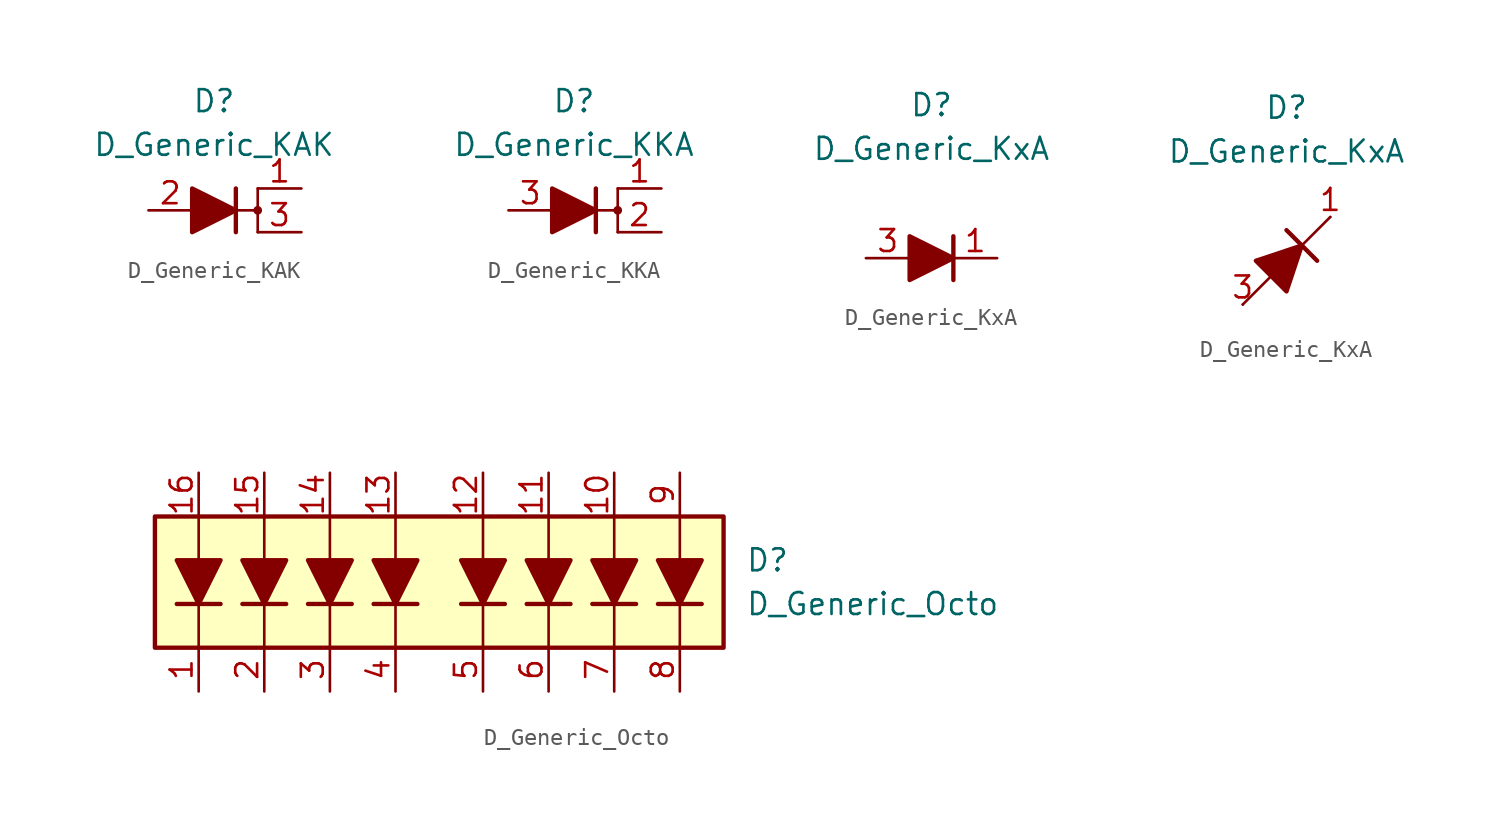
<source format=kicad_sym>
(kicad_symbol_lib
  (version 20231120)
  (generator "kicad_symbol_editor")
  (generator_version "8.0")
  (symbol "D_Generic_KAK"
    (pin_names
      (offset 1.016) hide)
    (property "Reference" "D"
      (at 0 6.35 0)
      (effects (font (size 1.27 1.27))))
    (property "Value" "D_Generic_KAK"
      (at 0 3.81 0)
      (effects (font (size 1.27 1.27))))
    (symbol "D_Generic_KAK_0_1"
      (polyline (pts (xy -1.27 0) (xy 1.27 0)) (stroke (width 0) (type default)) (fill (type none)))
      (polyline (pts (xy 1.27 -1.27) (xy 1.27 1.27)) (stroke (width 0.254) (type default)) (fill (type none)))
      (polyline (pts (xy 1.27 0) (xy 2.54 0)) (stroke (width 0) (type default)) (fill (type none)))
      (polyline (pts (xy 2.54 -1.27) (xy 2.54 1.27)) (stroke (width 0) (type default)) (fill (type none)))
      (polyline (pts (xy -1.27 -1.27) (xy -1.27 1.27) (xy 1.27 0) (xy -1.27 -1.27)) (stroke (width 0.254) (type default)) (fill (type outline)))
      (circle (center 2.54 0) (radius 0.178) (stroke (width 0) (type default)) (fill (type outline))))
    (symbol "D_Generic_KAK_1_1"
      (pin passive line (at 5.08 1.27 180) (length 2.54) (name "K" (effects (font (size 1.27 1.27)))) (number "1" (effects (font (size 1.27 1.27)))))
      (pin passive line (at -3.81 0 0) (length 2.54) (name "A" (effects (font (size 1.27 1.27)))) (number "2" (effects (font (size 1.27 1.27)))))
      (pin passive line (at 5.08 -1.27 180) (length 2.54) (name "K" (effects (font (size 1.27 1.27)))) (number "3" (effects (font (size 1.27 1.27)))))))
  (symbol "D_Generic_KKA"
    (pin_names
      (offset 1.016) hide)
    (property "Reference" "D"
      (at 0 6.35 0)
      (effects (font (size 1.27 1.27))))
    (property "Value" "D_Generic_KKA"
      (at 0 3.81 0)
      (effects (font (size 1.27 1.27))))
    (symbol "D_Generic_KKA_0_1"
      (polyline (pts (xy -1.27 0) (xy 1.27 0)) (stroke (width 0) (type default)) (fill (type none)))
      (polyline (pts (xy 1.27 -1.27) (xy 1.27 1.27)) (stroke (width 0.254) (type default)) (fill (type none)))
      (polyline (pts (xy -1.27 -1.27) (xy -1.27 1.27) (xy 1.27 0) (xy -1.27 -1.27)) (stroke (width 0.254) (type default)) (fill (type outline))))
    (symbol "D_Generic_KKA_1_1"
      (polyline (pts (xy 1.27 0) (xy 2.54 0)) (stroke (width 0) (type default)) (fill (type none)))
      (polyline (pts (xy 2.54 -1.27) (xy 2.54 1.27)) (stroke (width 0) (type default)) (fill (type none)))
      (circle (center 2.54 0) (radius 0.178) (stroke (width 0) (type default)) (fill (type outline)))
      (pin passive line (at 5.08 1.27 180) (length 2.54) (name "K" (effects (font (size 1.27 1.27)))) (number "1" (effects (font (size 1.27 1.27)))))
      (pin passive line (at 5.08 -1.27 180) (length 2.54) (name "K" (effects (font (size 1.27 1.27)))) (number "2" (effects (font (size 1.27 1.27)))))
      (pin passive line (at -3.81 0 0) (length 2.54) (name "A" (effects (font (size 1.27 1.27)))) (number "3" (effects (font (size 1.27 1.27)))))))
  (symbol "D_Generic_KxA"
    (pin_names
      (offset 1.016) hide)
    (property "Reference" "D"
      (at 0 8.89 0)
      (effects (font (size 1.27 1.27))))
    (property "Value" "D_Generic_KxA"
      (at 0 6.35 0)
      (effects (font (size 1.27 1.27))))
    (symbol "D_Generic_KxA_0_1"
      (polyline (pts (xy -1.27 0) (xy 1.27 0)) (stroke (width 0) (type default)) (fill (type none)))
      (polyline (pts (xy 1.27 1.27) (xy 1.27 -1.27)) (stroke (width 0.254) (type default)) (fill (type none)))
      (polyline (pts (xy -1.27 1.27) (xy -1.27 -1.27) (xy 1.27 0) (xy -1.27 1.27)) (stroke (width 0.254) (type default)) (fill (type outline))))
    (symbol "D_Generic_KxA_0_2"
      (polyline (pts (xy -2.54 -2.54) (xy 2.54 2.54)) (stroke (width 0) (type default)) (fill (type none)))
      (polyline (pts (xy 0 1.778) (xy 1.778 0)) (stroke (width 0.254) (type default)) (fill (type none)))
      (polyline (pts (xy -0.889 -0.889) (xy -1.778 0) (xy 0.889 0.889) (xy 0 -1.778) (xy -0.889 -0.889)) (stroke (width 0.254) (type default)) (fill (type outline))))
    (symbol "D_Generic_KxA_1_1"
      (pin passive line (at 3.81 0 180) (length 2.54) (name "K" (effects (font (size 1.27 1.27)))) (number "1" (effects (font (size 1.27 1.27)))))
      (pin no_connect line (at 0 0 0) (length 2.54) hide (name "NC" (effects (font (size 1.27 1.27)))) (number "2" (effects (font (size 1.27 1.27)))))
      (pin passive line (at -3.81 0 0) (length 2.54) (name "A" (effects (font (size 1.27 1.27)))) (number "3" (effects (font (size 1.27 1.27))))))
    (symbol "D_Generic_KxA_1_2"
      (pin passive line (at 2.54 2.54 180) (length 0) (name "K" (effects (font (size 1.27 1.27)))) (number "1" (effects (font (size 1.27 1.27)))))
      (pin no_connect line (at 0 0 0) (length 2.54) hide (name "NC" (effects (font (size 1.27 1.27)))) (number "2" (effects (font (size 1.27 1.27)))))
      (pin passive line (at -2.54 -2.54 0) (length 0) (name "A" (effects (font (size 1.27 1.27)))) (number "3" (effects (font (size 1.27 1.27)))))))
  (symbol "D_Generic_Octo"
    (pin_names
      (offset 1.016) hide)
    (property "Reference" "D"
      (at 17.78 1.27 0)
      (effects (font (size 1.27 1.27)) (justify left)))
    (property "Value" "D_Generic_Octo"
      (at 17.78 -1.27 0)
      (effects (font (size 1.27 1.27)) (justify left)))
    (symbol "D_Generic_Octo_0_1"
      (rectangle (start -16.51 3.81) (end 16.51 -3.81) (stroke (width 0.254) (type default)) (fill (type background)))
      (polyline (pts (xy -13.97 -3.81) (xy -13.97 -1.27)) (stroke (width 0) (type default)) (fill (type none)))
      (polyline (pts (xy -13.97 1.27) (xy -13.97 -1.27)) (stroke (width 0) (type default)) (fill (type none)))
      (polyline (pts (xy -13.97 1.27) (xy -13.97 3.81)) (stroke (width 0) (type default)) (fill (type none)))
      (polyline (pts (xy -12.7 -1.27) (xy -15.24 -1.27)) (stroke (width 0.254) (type default)) (fill (type none)))
      (polyline (pts (xy -10.16 -3.81) (xy -10.16 -1.27)) (stroke (width 0) (type default)) (fill (type none)))
      (polyline (pts (xy -10.16 1.27) (xy -10.16 -1.27)) (stroke (width 0) (type default)) (fill (type none)))
      (polyline (pts (xy -10.16 1.27) (xy -10.16 3.81)) (stroke (width 0) (type default)) (fill (type none)))
      (polyline (pts (xy -8.89 -1.27) (xy -11.43 -1.27)) (stroke (width 0.254) (type default)) (fill (type none)))
      (polyline (pts (xy -6.35 -3.81) (xy -6.35 -1.27)) (stroke (width 0) (type default)) (fill (type none)))
      (polyline (pts (xy -6.35 1.27) (xy -6.35 -1.27)) (stroke (width 0) (type default)) (fill (type none)))
      (polyline (pts (xy -6.35 1.27) (xy -6.35 3.81)) (stroke (width 0) (type default)) (fill (type none)))
      (polyline (pts (xy -5.08 -1.27) (xy -7.62 -1.27)) (stroke (width 0.254) (type default)) (fill (type none)))
      (polyline (pts (xy -2.54 -3.81) (xy -2.54 -1.27)) (stroke (width 0) (type default)) (fill (type none)))
      (polyline (pts (xy -2.54 1.27) (xy -2.54 -1.27)) (stroke (width 0) (type default)) (fill (type none)))
      (polyline (pts (xy -2.54 1.27) (xy -2.54 3.81)) (stroke (width 0) (type default)) (fill (type none)))
      (polyline (pts (xy -1.27 -1.27) (xy -3.81 -1.27)) (stroke (width 0.254) (type default)) (fill (type none)))
      (polyline (pts (xy 2.54 -3.81) (xy 2.54 -1.27)) (stroke (width 0) (type default)) (fill (type none)))
      (polyline (pts (xy 2.54 1.27) (xy 2.54 -1.27)) (stroke (width 0) (type default)) (fill (type none)))
      (polyline (pts (xy 2.54 1.27) (xy 2.54 3.81)) (stroke (width 0) (type default)) (fill (type none)))
      (polyline (pts (xy 3.81 -1.27) (xy 1.27 -1.27)) (stroke (width 0.254) (type default)) (fill (type none)))
      (polyline (pts (xy 6.35 -3.81) (xy 6.35 -1.27)) (stroke (width 0) (type default)) (fill (type none)))
      (polyline (pts (xy 6.35 1.27) (xy 6.35 -1.27)) (stroke (width 0) (type default)) (fill (type none)))
      (polyline (pts (xy 6.35 1.27) (xy 6.35 3.81)) (stroke (width 0) (type default)) (fill (type none)))
      (polyline (pts (xy 7.62 -1.27) (xy 5.08 -1.27)) (stroke (width 0.254) (type default)) (fill (type none)))
      (polyline (pts (xy 10.16 -3.81) (xy 10.16 -1.27)) (stroke (width 0) (type default)) (fill (type none)))
      (polyline (pts (xy 10.16 1.27) (xy 10.16 -1.27)) (stroke (width 0) (type default)) (fill (type none)))
      (polyline (pts (xy 10.16 1.27) (xy 10.16 3.81)) (stroke (width 0) (type default)) (fill (type none)))
      (polyline (pts (xy 11.43 -1.27) (xy 8.89 -1.27)) (stroke (width 0.254) (type default)) (fill (type none)))
      (polyline (pts (xy 13.97 -3.81) (xy 13.97 -1.27)) (stroke (width 0) (type default)) (fill (type none)))
      (polyline (pts (xy 13.97 1.27) (xy 13.97 -1.27)) (stroke (width 0) (type default)) (fill (type none)))
      (polyline (pts (xy 13.97 1.27) (xy 13.97 3.81)) (stroke (width 0) (type default)) (fill (type none)))
      (polyline (pts (xy 15.24 -1.27) (xy 12.7 -1.27)) (stroke (width 0.254) (type default)) (fill (type none)))
      (polyline (pts (xy -12.7 1.27) (xy -15.24 1.27) (xy -13.97 -1.27) (xy -12.7 1.27)) (stroke (width 0.254) (type default)) (fill (type outline)))
      (polyline (pts (xy -8.89 1.27) (xy -11.43 1.27) (xy -10.16 -1.27) (xy -8.89 1.27)) (stroke (width 0.254) (type default)) (fill (type outline)))
      (polyline (pts (xy -5.08 1.27) (xy -7.62 1.27) (xy -6.35 -1.27) (xy -5.08 1.27)) (stroke (width 0.254) (type default)) (fill (type outline)))
      (polyline (pts (xy -1.27 1.27) (xy -3.81 1.27) (xy -2.54 -1.27) (xy -1.27 1.27)) (stroke (width 0.254) (type default)) (fill (type outline)))
      (polyline (pts (xy 3.81 1.27) (xy 1.27 1.27) (xy 2.54 -1.27) (xy 3.81 1.27)) (stroke (width 0.254) (type default)) (fill (type outline)))
      (polyline (pts (xy 7.62 1.27) (xy 5.08 1.27) (xy 6.35 -1.27) (xy 7.62 1.27)) (stroke (width 0.254) (type default)) (fill (type outline)))
      (polyline (pts (xy 11.43 1.27) (xy 8.89 1.27) (xy 10.16 -1.27) (xy 11.43 1.27)) (stroke (width 0.254) (type default)) (fill (type outline)))
      (polyline (pts (xy 15.24 1.27) (xy 12.7 1.27) (xy 13.97 -1.27) (xy 15.24 1.27)) (stroke (width 0.254) (type default)) (fill (type outline))))
    (symbol "D_Generic_Octo_1_1"
      (pin passive line (at -13.97 -6.35 90) (length 2.54) (name "K1" (effects (font (size 1.27 1.27)))) (number "1" (effects (font (size 1.27 1.27)))))
      (pin passive line (at 10.16 6.35 270) (length 2.54) (name "A7" (effects (font (size 1.27 1.27)))) (number "10" (effects (font (size 1.27 1.27)))))
      (pin passive line (at 6.35 6.35 270) (length 2.54) (name "A6" (effects (font (size 1.27 1.27)))) (number "11" (effects (font (size 1.27 1.27)))))
      (pin passive line (at 2.54 6.35 270) (length 2.54) (name "A5" (effects (font (size 1.27 1.27)))) (number "12" (effects (font (size 1.27 1.27)))))
      (pin passive line (at -2.54 6.35 270) (length 2.54) (name "A4" (effects (font (size 1.27 1.27)))) (number "13" (effects (font (size 1.27 1.27)))))
      (pin passive line (at -6.35 6.35 270) (length 2.54) (name "A3" (effects (font (size 1.27 1.27)))) (number "14" (effects (font (size 1.27 1.27)))))
      (pin passive line (at -10.16 6.35 270) (length 2.54) (name "A2" (effects (font (size 1.27 1.27)))) (number "15" (effects (font (size 1.27 1.27)))))
      (pin passive line (at -13.97 6.35 270) (length 2.54) (name "A1" (effects (font (size 1.27 1.27)))) (number "16" (effects (font (size 1.27 1.27)))))
      (pin passive line (at -10.16 -6.35 90) (length 2.54) (name "K2" (effects (font (size 1.27 1.27)))) (number "2" (effects (font (size 1.27 1.27)))))
      (pin passive line (at -6.35 -6.35 90) (length 2.54) (name "K3" (effects (font (size 1.27 1.27)))) (number "3" (effects (font (size 1.27 1.27)))))
      (pin passive line (at -2.54 -6.35 90) (length 2.54) (name "K4" (effects (font (size 1.27 1.27)))) (number "4" (effects (font (size 1.27 1.27)))))
      (pin passive line (at 2.54 -6.35 90) (length 2.54) (name "K5" (effects (font (size 1.27 1.27)))) (number "5" (effects (font (size 1.27 1.27)))))
      (pin passive line (at 6.35 -6.35 90) (length 2.54) (name "K6" (effects (font (size 1.27 1.27)))) (number "6" (effects (font (size 1.27 1.27)))))
      (pin passive line (at 10.16 -6.35 90) (length 2.54) (name "K7" (effects (font (size 1.27 1.27)))) (number "7" (effects (font (size 1.27 1.27)))))
      (pin passive line (at 13.97 -6.35 90) (length 2.54) (name "K8" (effects (font (size 1.27 1.27)))) (number "8" (effects (font (size 1.27 1.27)))))
      (pin passive line (at 13.97 6.35 270) (length 2.54) (name "A8" (effects (font (size 1.27 1.27)))) (number "9" (effects (font (size 1.27 1.27))))))))
</source>
